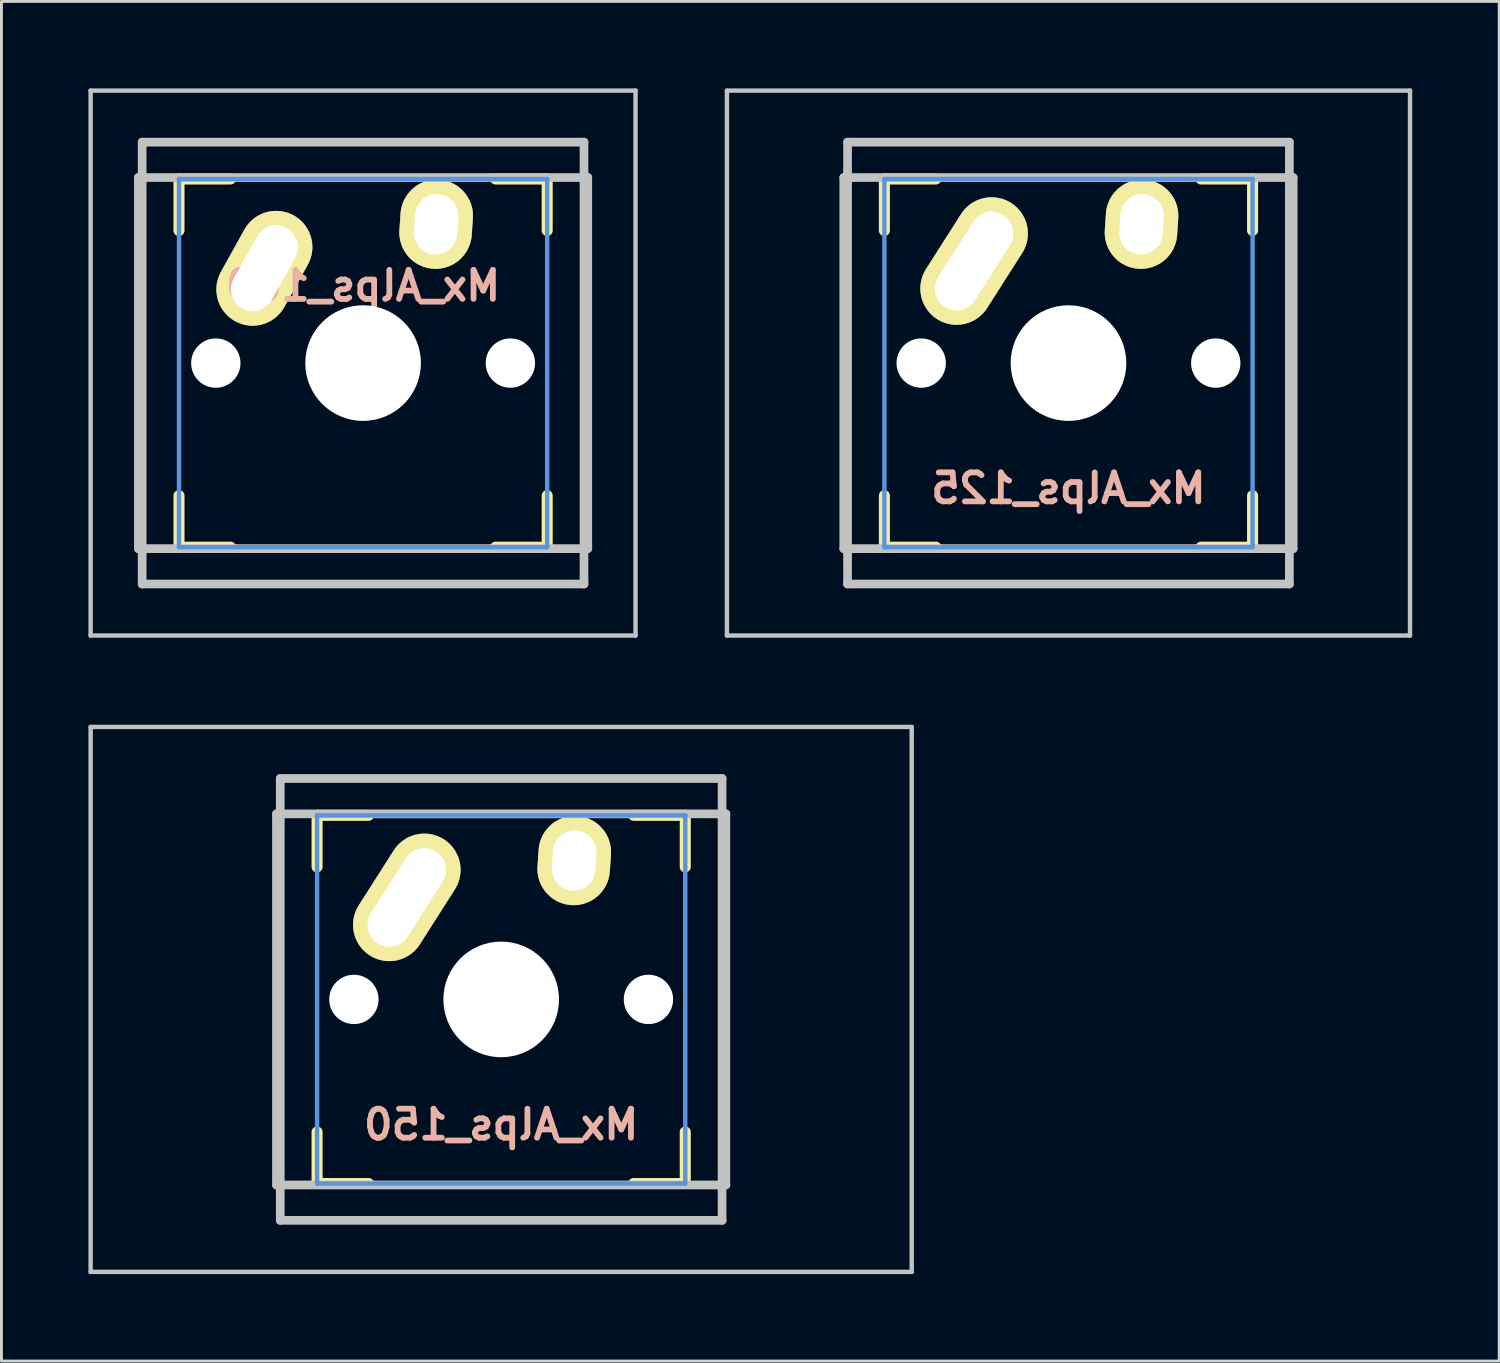
<source format=kicad_pcb>
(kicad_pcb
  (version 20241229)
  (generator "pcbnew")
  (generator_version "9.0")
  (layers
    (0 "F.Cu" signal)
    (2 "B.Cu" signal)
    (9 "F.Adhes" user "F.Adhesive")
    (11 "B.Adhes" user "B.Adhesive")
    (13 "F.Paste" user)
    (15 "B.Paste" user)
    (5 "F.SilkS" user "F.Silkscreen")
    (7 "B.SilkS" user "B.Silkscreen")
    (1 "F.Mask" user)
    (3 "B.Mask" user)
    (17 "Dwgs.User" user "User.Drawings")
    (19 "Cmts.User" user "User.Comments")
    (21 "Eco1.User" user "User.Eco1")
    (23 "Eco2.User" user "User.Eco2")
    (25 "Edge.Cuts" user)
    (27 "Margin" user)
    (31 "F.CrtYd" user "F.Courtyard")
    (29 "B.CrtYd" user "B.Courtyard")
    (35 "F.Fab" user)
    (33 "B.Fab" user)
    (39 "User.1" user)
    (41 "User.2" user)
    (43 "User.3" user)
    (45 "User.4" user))
  (footprint "Mx_Alps_100"
    (layer "F.Cu")
    (at 9.474 9.474)
    (property "Reference" "Mx_Alps_100" (at 0 -2.667 0) (layer "B.SilkS") (effects (font (size 1 1) (thickness 0.2)) (justify mirror)))
    (attr through_hole)
    (fp_line (start -6.35 -6.35) (end -4.572 -6.35) (stroke (width 0.381) (type solid)) (layer "F.SilkS"))
    (fp_line (start -6.35 -4.572) (end -6.35 -6.35) (stroke (width 0.381) (type solid)) (layer "F.SilkS"))
    (fp_line (start -6.35 6.35) (end -6.35 4.572) (stroke (width 0.381) (type solid)) (layer "F.SilkS"))
    (fp_line (start -4.572 6.35) (end -6.35 6.35) (stroke (width 0.381) (type solid)) (layer "F.SilkS"))
    (fp_line (start 4.572 -6.35) (end 6.35 -6.35) (stroke (width 0.381) (type solid)) (layer "F.SilkS"))
    (fp_line (start 6.35 -6.35) (end 6.35 -4.572) (stroke (width 0.381) (type solid)) (layer "F.SilkS"))
    (fp_line (start 6.35 4.572) (end 6.35 6.35) (stroke (width 0.381) (type solid)) (layer "F.SilkS"))
    (fp_line (start 6.35 6.35) (end 4.572 6.35) (stroke (width 0.381) (type solid)) (layer "F.SilkS"))
    (fp_line (start -9.398 -9.398) (end 9.398 -9.398) (stroke (width 0.152) (type solid)) (layer "Dwgs.User"))
    (fp_line (start -9.398 9.398) (end -9.398 -9.398) (stroke (width 0.152) (type solid)) (layer "Dwgs.User"))
    (fp_line (start -7.75 6.4) (end -7.75 -6.4) (stroke (width 0.3) (type solid)) (layer "Dwgs.User"))
    (fp_line (start -7.75 6.4) (end 7.75 6.4) (stroke (width 0.3) (type solid)) (layer "Dwgs.User"))
    (fp_line (start -7.62 -7.62) (end 7.62 -7.62) (stroke (width 0.3) (type solid)) (layer "Dwgs.User"))
    (fp_line (start -7.62 7.62) (end -7.62 -7.62) (stroke (width 0.3) (type solid)) (layer "Dwgs.User"))
    (fp_line (start 7.62 -7.62) (end 7.62 7.62) (stroke (width 0.3) (type solid)) (layer "Dwgs.User"))
    (fp_line (start 7.62 7.62) (end -7.62 7.62) (stroke (width 0.3) (type solid)) (layer "Dwgs.User"))
    (fp_line (start 7.75 -6.4) (end -7.75 -6.4) (stroke (width 0.3) (type solid)) (layer "Dwgs.User"))
    (fp_line (start 7.75 6.4) (end 7.75 -6.4) (stroke (width 0.3) (type solid)) (layer "Dwgs.User"))
    (fp_line (start 9.398 -9.398) (end 9.398 9.398) (stroke (width 0.152) (type solid)) (layer "Dwgs.User"))
    (fp_line (start 9.398 9.398) (end -9.398 9.398) (stroke (width 0.152) (type solid)) (layer "Dwgs.User"))
    (fp_line (start -6.35 -6.35) (end 6.35 -6.35) (stroke (width 0.152) (type solid)) (layer "Cmts.User"))
    (fp_line (start -6.35 6.35) (end -6.35 -6.35) (stroke (width 0.152) (type solid)) (layer "Cmts.User"))
    (fp_line (start 6.35 -6.35) (end 6.35 6.35) (stroke (width 0.152) (type solid)) (layer "Cmts.User"))
    (fp_line (start 6.35 6.35) (end -6.35 6.35) (stroke (width 0.152) (type solid)) (layer "Cmts.User"))
    (fp_line (start -6.985 -6.985) (end 6.985 -6.985) (stroke (width 0.152) (type solid)) (layer "Eco2.User"))
    (fp_line (start -6.985 6.985) (end -6.985 -6.985) (stroke (width 0.152) (type solid)) (layer "Eco2.User"))
    (fp_line (start 6.985 -6.985) (end 6.985 6.985) (stroke (width 0.152) (type solid)) (layer "Eco2.User"))
    (fp_line (start 6.985 6.985) (end -6.985 6.985) (stroke (width 0.152) (type solid)) (layer "Eco2.User"))
    (pad "" np_thru_hole circle (at -5.08 0) (size 1.702 1.702) (drill 1.702) (layers "*.Cu"))
    (pad "" np_thru_hole circle (at 0 0) (size 3.988 3.988) (drill 3.988) (layers "*.Cu"))
    (pad "" np_thru_hole circle (at 5.08 0) (size 1.702 1.702) (drill 1.702) (layers "*.Cu"))
    (pad "1" thru_hole oval (at -3.405 -3.27 330.95) (size 2.5 4.17) (drill oval 1.5 3.17) (layers "*.Cu" "*.Mask" "F.SilkS"))
    (pad "2" thru_hole oval (at 2.52 -4.79 356.1) (size 2.5 3.08) (drill oval 1.5 2.08) (layers "*.Cu" "*.Mask" "F.SilkS")))
  (footprint "Mx_Alps_150"
    (layer "F.Cu")
    (at 14.237 31.423)
    (property "Reference" "Mx_Alps_150" (at 0 4.318 0) (layer "B.SilkS") (effects (font (size 1 1) (thickness 0.2)) (justify mirror)))
    (attr through_hole)
    (fp_line (start -6.35 -6.35) (end -4.572 -6.35) (stroke (width 0.381) (type solid)) (layer "F.SilkS"))
    (fp_line (start -6.35 -4.572) (end -6.35 -6.35) (stroke (width 0.381) (type solid)) (layer "F.SilkS"))
    (fp_line (start -6.35 6.35) (end -6.35 4.572) (stroke (width 0.381) (type solid)) (layer "F.SilkS"))
    (fp_line (start -4.572 6.35) (end -6.35 6.35) (stroke (width 0.381) (type solid)) (layer "F.SilkS"))
    (fp_line (start 4.572 -6.35) (end 6.35 -6.35) (stroke (width 0.381) (type solid)) (layer "F.SilkS"))
    (fp_line (start 6.35 -6.35) (end 6.35 -4.572) (stroke (width 0.381) (type solid)) (layer "F.SilkS"))
    (fp_line (start 6.35 4.572) (end 6.35 6.35) (stroke (width 0.381) (type solid)) (layer "F.SilkS"))
    (fp_line (start 6.35 6.35) (end 4.572 6.35) (stroke (width 0.381) (type solid)) (layer "F.SilkS"))
    (fp_line (start -14.161 -9.398) (end 14.161 -9.398) (stroke (width 0.152) (type solid)) (layer "Dwgs.User"))
    (fp_line (start -14.161 9.398) (end -14.161 -9.398) (stroke (width 0.152) (type solid)) (layer "Dwgs.User"))
    (fp_line (start -7.75 6.4) (end -7.75 -6.4) (stroke (width 0.3) (type solid)) (layer "Dwgs.User"))
    (fp_line (start -7.75 6.4) (end 7.75 6.4) (stroke (width 0.3) (type solid)) (layer "Dwgs.User"))
    (fp_line (start -7.62 -7.62) (end 7.62 -7.62) (stroke (width 0.3) (type solid)) (layer "Dwgs.User"))
    (fp_line (start -7.62 7.62) (end -7.62 -7.62) (stroke (width 0.3) (type solid)) (layer "Dwgs.User"))
    (fp_line (start 7.62 -7.62) (end 7.62 7.62) (stroke (width 0.3) (type solid)) (layer "Dwgs.User"))
    (fp_line (start 7.62 7.62) (end -7.62 7.62) (stroke (width 0.3) (type solid)) (layer "Dwgs.User"))
    (fp_line (start 7.75 -6.4) (end -7.75 -6.4) (stroke (width 0.3) (type solid)) (layer "Dwgs.User"))
    (fp_line (start 7.75 6.4) (end 7.75 -6.4) (stroke (width 0.3) (type solid)) (layer "Dwgs.User"))
    (fp_line (start 14.161 -9.398) (end 14.161 9.398) (stroke (width 0.152) (type solid)) (layer "Dwgs.User"))
    (fp_line (start 14.161 9.398) (end -14.161 9.398) (stroke (width 0.152) (type solid)) (layer "Dwgs.User"))
    (fp_line (start -6.35 -6.35) (end 6.35 -6.35) (stroke (width 0.152) (type solid)) (layer "Cmts.User"))
    (fp_line (start -6.35 6.35) (end -6.35 -6.35) (stroke (width 0.152) (type solid)) (layer "Cmts.User"))
    (fp_line (start 6.35 -6.35) (end 6.35 6.35) (stroke (width 0.152) (type solid)) (layer "Cmts.User"))
    (fp_line (start 6.35 6.35) (end -6.35 6.35) (stroke (width 0.152) (type solid)) (layer "Cmts.User"))
    (fp_line (start -6.985 -6.985) (end 6.985 -6.985) (stroke (width 0.152) (type solid)) (layer "Eco2.User"))
    (fp_line (start -6.985 6.985) (end -6.985 -6.985) (stroke (width 0.152) (type solid)) (layer "Eco2.User"))
    (fp_line (start 6.985 -6.985) (end 6.985 6.985) (stroke (width 0.152) (type solid)) (layer "Eco2.User"))
    (fp_line (start 6.985 6.985) (end -6.985 6.985) (stroke (width 0.152) (type solid)) (layer "Eco2.User"))
    (pad "" np_thru_hole circle (at -5.08 0) (size 1.702 1.702) (drill 1.702) (layers "*.Cu"))
    (pad "" np_thru_hole circle (at 0 0) (size 3.988 3.988) (drill 3.988) (layers "*.Cu"))
    (pad "" np_thru_hole circle (at 5.08 0) (size 1.702 1.702) (drill 1.702) (layers "*.Cu"))
    (pad "1" thru_hole oval (at -3.255 -3.52 327.5) (size 2.5 4.75) (drill oval 1.5 3.75) (layers "*.Cu" "*.Mask" "F.SilkS"))
    (pad "2" thru_hole oval (at 2.52 -4.79 356.1) (size 2.5 3.08) (drill oval 1.5 2.08) (layers "*.Cu" "*.Mask" "F.SilkS")))
  (footprint "Mx_Alps_125"
    (layer "F.Cu")
    (at 33.805 9.474)
    (property "Reference" "Mx_Alps_125" (at 0 4.318 0) (layer "B.SilkS") (effects (font (size 1 1) (thickness 0.2)) (justify mirror)))
    (attr through_hole)
    (fp_line (start -6.35 -6.35) (end -4.572 -6.35) (stroke (width 0.381) (type solid)) (layer "F.SilkS"))
    (fp_line (start -6.35 -4.572) (end -6.35 -6.35) (stroke (width 0.381) (type solid)) (layer "F.SilkS"))
    (fp_line (start -6.35 6.35) (end -6.35 4.572) (stroke (width 0.381) (type solid)) (layer "F.SilkS"))
    (fp_line (start -4.572 6.35) (end -6.35 6.35) (stroke (width 0.381) (type solid)) (layer "F.SilkS"))
    (fp_line (start 4.572 -6.35) (end 6.35 -6.35) (stroke (width 0.381) (type solid)) (layer "F.SilkS"))
    (fp_line (start 6.35 -6.35) (end 6.35 -4.572) (stroke (width 0.381) (type solid)) (layer "F.SilkS"))
    (fp_line (start 6.35 4.572) (end 6.35 6.35) (stroke (width 0.381) (type solid)) (layer "F.SilkS"))
    (fp_line (start 6.35 6.35) (end 4.572 6.35) (stroke (width 0.381) (type solid)) (layer "F.SilkS"))
    (fp_line (start -11.781 -9.398) (end 11.781 -9.398) (stroke (width 0.152) (type solid)) (layer "Dwgs.User"))
    (fp_line (start -11.781 9.398) (end -11.781 -9.398) (stroke (width 0.152) (type solid)) (layer "Dwgs.User"))
    (fp_line (start -7.75 6.4) (end -7.75 -6.4) (stroke (width 0.3) (type solid)) (layer "Dwgs.User"))
    (fp_line (start -7.75 6.4) (end 7.75 6.4) (stroke (width 0.3) (type solid)) (layer "Dwgs.User"))
    (fp_line (start -7.62 -7.62) (end 7.62 -7.62) (stroke (width 0.3) (type solid)) (layer "Dwgs.User"))
    (fp_line (start -7.62 7.62) (end -7.62 -7.62) (stroke (width 0.3) (type solid)) (layer "Dwgs.User"))
    (fp_line (start 7.62 -7.62) (end 7.62 7.62) (stroke (width 0.3) (type solid)) (layer "Dwgs.User"))
    (fp_line (start 7.62 7.62) (end -7.62 7.62) (stroke (width 0.3) (type solid)) (layer "Dwgs.User"))
    (fp_line (start 7.75 -6.4) (end -7.75 -6.4) (stroke (width 0.3) (type solid)) (layer "Dwgs.User"))
    (fp_line (start 7.75 6.4) (end 7.75 -6.4) (stroke (width 0.3) (type solid)) (layer "Dwgs.User"))
    (fp_line (start 11.781 -9.398) (end 11.781 9.398) (stroke (width 0.152) (type solid)) (layer "Dwgs.User"))
    (fp_line (start 11.781 9.398) (end -11.781 9.398) (stroke (width 0.152) (type solid)) (layer "Dwgs.User"))
    (fp_line (start -6.35 -6.35) (end 6.35 -6.35) (stroke (width 0.152) (type solid)) (layer "Cmts.User"))
    (fp_line (start -6.35 6.35) (end -6.35 -6.35) (stroke (width 0.152) (type solid)) (layer "Cmts.User"))
    (fp_line (start 6.35 -6.35) (end 6.35 6.35) (stroke (width 0.152) (type solid)) (layer "Cmts.User"))
    (fp_line (start 6.35 6.35) (end -6.35 6.35) (stroke (width 0.152) (type solid)) (layer "Cmts.User"))
    (fp_line (start -6.985 -6.985) (end 6.985 -6.985) (stroke (width 0.152) (type solid)) (layer "Eco2.User"))
    (fp_line (start -6.985 6.985) (end -6.985 -6.985) (stroke (width 0.152) (type solid)) (layer "Eco2.User"))
    (fp_line (start 6.985 -6.985) (end 6.985 6.985) (stroke (width 0.152) (type solid)) (layer "Eco2.User"))
    (fp_line (start 6.985 6.985) (end -6.985 6.985) (stroke (width 0.152) (type solid)) (layer "Eco2.User"))
    (pad "" np_thru_hole circle (at -5.08 0) (size 1.702 1.702) (drill 1.702) (layers "*.Cu"))
    (pad "" np_thru_hole circle (at 0 0) (size 3.988 3.988) (drill 3.988) (layers "*.Cu"))
    (pad "" np_thru_hole circle (at 5.08 0) (size 1.702 1.702) (drill 1.702) (layers "*.Cu"))
    (pad "1" thru_hole oval (at -3.255 -3.52 327.5) (size 2.5 4.75) (drill oval 1.5 3.75) (layers "*.Cu" "*.Mask" "F.SilkS"))
    (pad "2" thru_hole oval (at 2.52 -4.79 356.1) (size 2.5 3.08) (drill oval 1.5 2.08) (layers "*.Cu" "*.Mask" "F.SilkS")))
  (gr_rect
    (start -3 -3)
    (end 48.662 43.897)
    (stroke (width 0.1) (type default))
    (fill no)
    (layer "Edge.Cuts")))
</source>
